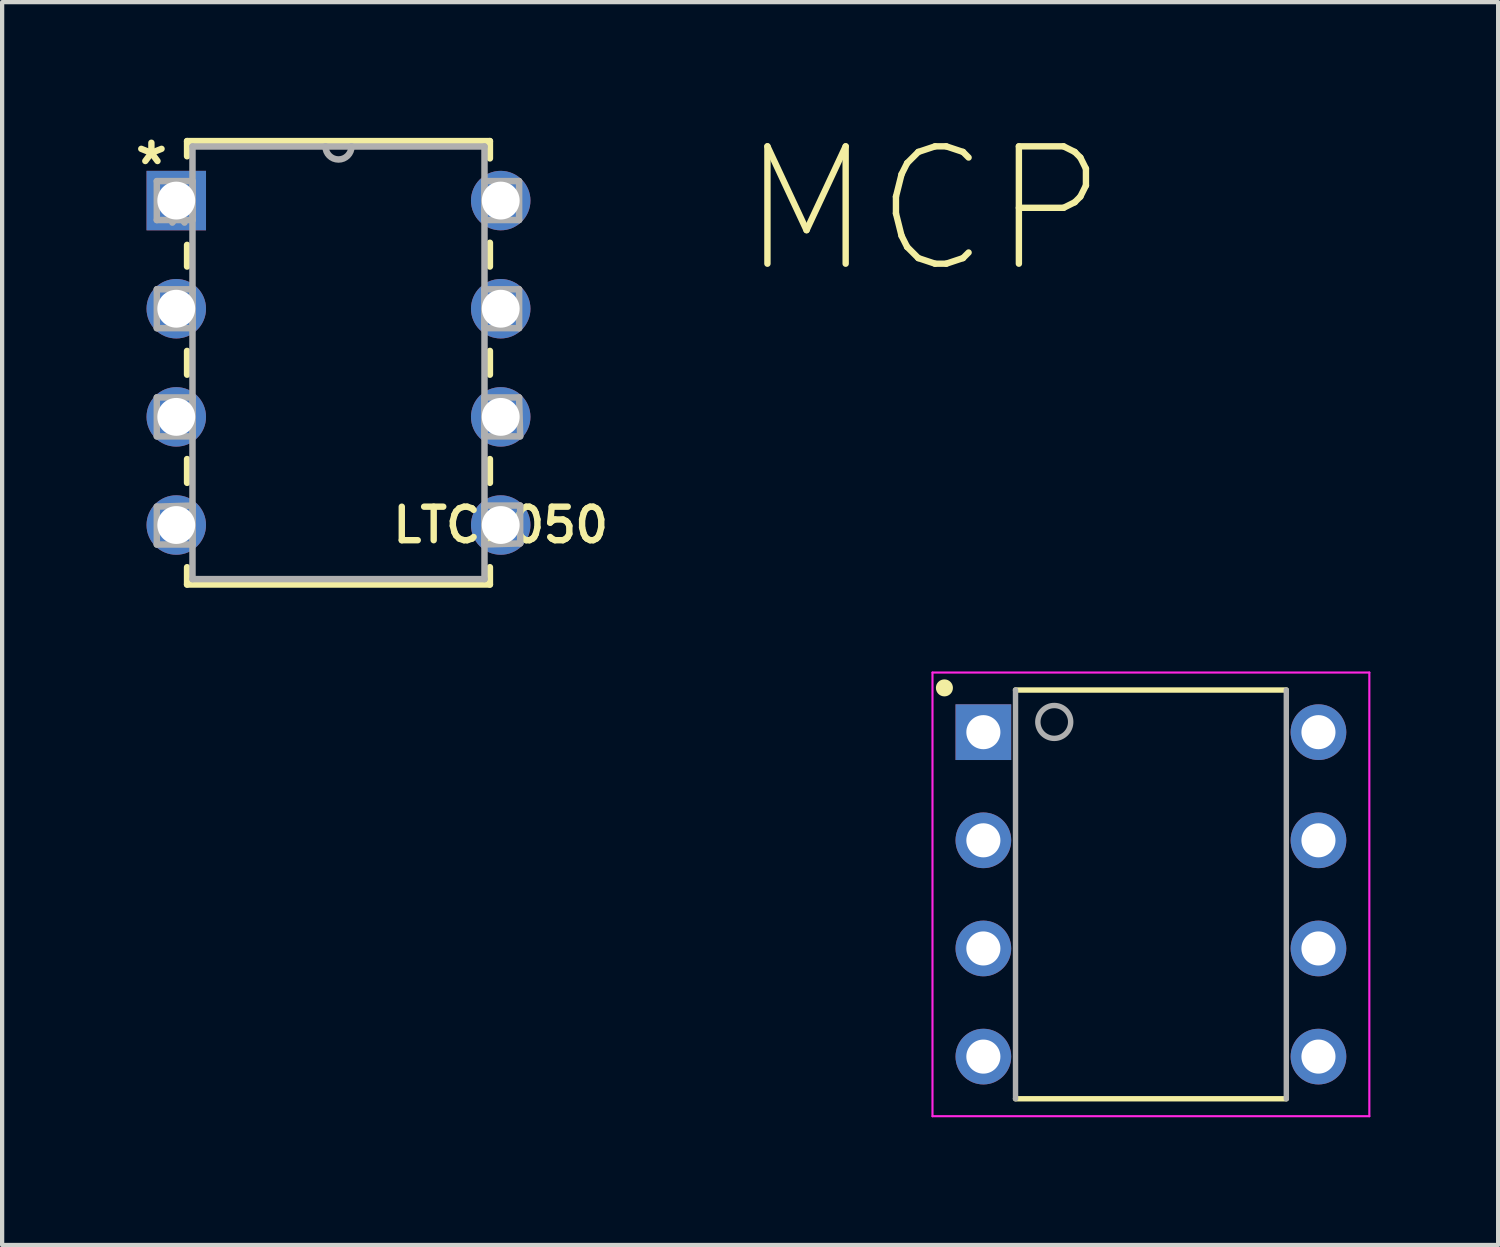
<source format=kicad_pcb>
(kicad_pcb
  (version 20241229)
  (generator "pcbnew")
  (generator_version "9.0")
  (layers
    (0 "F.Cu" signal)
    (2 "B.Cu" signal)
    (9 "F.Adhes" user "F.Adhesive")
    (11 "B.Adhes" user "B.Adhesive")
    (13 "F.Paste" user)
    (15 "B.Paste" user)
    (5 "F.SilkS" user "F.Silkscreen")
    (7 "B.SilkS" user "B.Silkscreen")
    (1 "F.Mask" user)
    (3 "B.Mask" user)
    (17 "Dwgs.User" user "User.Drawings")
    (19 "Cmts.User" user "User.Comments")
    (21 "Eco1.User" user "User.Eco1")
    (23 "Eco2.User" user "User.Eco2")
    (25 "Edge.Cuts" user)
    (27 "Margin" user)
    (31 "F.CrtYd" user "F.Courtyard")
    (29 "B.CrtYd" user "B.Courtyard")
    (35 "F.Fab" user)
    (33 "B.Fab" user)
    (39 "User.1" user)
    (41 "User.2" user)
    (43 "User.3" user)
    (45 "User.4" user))
  (footprint "LTC1050"
    (layer "F.Cu")
    (at 8.71 9.281)
    (property "Reference" "LTC1050" (at 0 0 0) (layer "F.SilkS") (effects (font (size 0.787 0.787) (thickness 0.15))))
    (attr through_hole)
    (fp_line (start -7.366 -9.017) (end -7.366 -8.661) (stroke (width 0.152) (type solid)) (layer "F.SilkS"))
    (fp_line (start -7.366 -6.579) (end -7.366 -6.071) (stroke (width 0.152) (type solid)) (layer "F.SilkS"))
    (fp_line (start -7.366 -4.089) (end -7.366 -3.531) (stroke (width 0.152) (type solid)) (layer "F.SilkS"))
    (fp_line (start -7.366 -1.549) (end -7.366 -0.991) (stroke (width 0.152) (type solid)) (layer "F.SilkS"))
    (fp_line (start -7.366 0.991) (end -7.366 1.397) (stroke (width 0.152) (type solid)) (layer "F.SilkS"))
    (fp_line (start -7.366 1.397) (end -0.254 1.397) (stroke (width 0.152) (type solid)) (layer "F.SilkS"))
    (fp_line (start -0.254 -9.017) (end -7.366 -9.017) (stroke (width 0.152) (type solid)) (layer "F.SilkS"))
    (fp_line (start -0.254 -8.611) (end -0.254 -9.017) (stroke (width 0.152) (type solid)) (layer "F.SilkS"))
    (fp_line (start -0.254 -6.071) (end -0.254 -6.629) (stroke (width 0.152) (type solid)) (layer "F.SilkS"))
    (fp_line (start -0.254 -3.531) (end -0.254 -4.089) (stroke (width 0.152) (type solid)) (layer "F.SilkS"))
    (fp_line (start -0.254 -0.991) (end -0.254 -1.549) (stroke (width 0.152) (type solid)) (layer "F.SilkS"))
    (fp_line (start -0.254 1.397) (end -0.254 0.991) (stroke (width 0.152) (type solid)) (layer "F.SilkS"))
    (fp_line (start -8.077 -8.077) (end -8.077 -7.163) (stroke (width 0.152) (type solid)) (layer "F.Fab"))
    (fp_line (start -8.077 -7.163) (end -7.239 -7.163) (stroke (width 0.152) (type solid)) (layer "F.Fab"))
    (fp_line (start -8.077 -5.537) (end -8.077 -4.623) (stroke (width 0.152) (type solid)) (layer "F.Fab"))
    (fp_line (start -8.077 -4.623) (end -7.239 -4.623) (stroke (width 0.152) (type solid)) (layer "F.Fab"))
    (fp_line (start -8.077 -2.997) (end -8.077 -2.083) (stroke (width 0.152) (type solid)) (layer "F.Fab"))
    (fp_line (start -8.077 -2.083) (end -7.239 -2.083) (stroke (width 0.152) (type solid)) (layer "F.Fab"))
    (fp_line (start -8.077 -0.432) (end -8.077 0.457) (stroke (width 0.152) (type solid)) (layer "F.Fab"))
    (fp_line (start -8.077 0.457) (end -7.239 0.457) (stroke (width 0.152) (type solid)) (layer "F.Fab"))
    (fp_line (start -7.239 -8.89) (end -7.239 1.27) (stroke (width 0.152) (type solid)) (layer "F.Fab"))
    (fp_line (start -7.239 -8.077) (end -8.077 -8.077) (stroke (width 0.152) (type solid)) (layer "F.Fab"))
    (fp_line (start -7.239 -7.163) (end -7.239 -8.077) (stroke (width 0.152) (type solid)) (layer "F.Fab"))
    (fp_line (start -7.239 -5.537) (end -8.077 -5.537) (stroke (width 0.152) (type solid)) (layer "F.Fab"))
    (fp_line (start -7.239 -4.623) (end -7.239 -5.537) (stroke (width 0.152) (type solid)) (layer "F.Fab"))
    (fp_line (start -7.239 -2.997) (end -8.077 -2.997) (stroke (width 0.152) (type solid)) (layer "F.Fab"))
    (fp_line (start -7.239 -2.083) (end -7.239 -2.997) (stroke (width 0.152) (type solid)) (layer "F.Fab"))
    (fp_line (start -7.239 -0.457) (end -8.077 -0.432) (stroke (width 0.152) (type solid)) (layer "F.Fab"))
    (fp_line (start -7.239 0.457) (end -7.239 -0.457) (stroke (width 0.152) (type solid)) (layer "F.Fab"))
    (fp_line (start -7.239 1.27) (end -0.381 1.27) (stroke (width 0.152) (type solid)) (layer "F.Fab"))
    (fp_line (start -4.115 -8.89) (end -7.239 -8.89) (stroke (width 0.152) (type solid)) (layer "F.Fab"))
    (fp_line (start -3.505 -8.89) (end -4.115 -8.89) (stroke (width 0.152) (type solid)) (layer "F.Fab"))
    (fp_line (start -0.381 -8.89) (end -3.505 -8.89) (stroke (width 0.152) (type solid)) (layer "F.Fab"))
    (fp_line (start -0.381 -8.077) (end -0.381 -7.163) (stroke (width 0.152) (type solid)) (layer "F.Fab"))
    (fp_line (start -0.381 -7.163) (end 0.432 -7.163) (stroke (width 0.152) (type solid)) (layer "F.Fab"))
    (fp_line (start -0.381 -5.537) (end -0.381 -4.623) (stroke (width 0.152) (type solid)) (layer "F.Fab"))
    (fp_line (start -0.381 -4.623) (end 0.432 -4.623) (stroke (width 0.152) (type solid)) (layer "F.Fab"))
    (fp_line (start -0.381 -2.997) (end -0.381 -2.083) (stroke (width 0.152) (type solid)) (layer "F.Fab"))
    (fp_line (start -0.381 -2.083) (end 0.457 -2.083) (stroke (width 0.152) (type solid)) (layer "F.Fab"))
    (fp_line (start -0.381 -0.457) (end -0.381 0.457) (stroke (width 0.152) (type solid)) (layer "F.Fab"))
    (fp_line (start -0.381 0.457) (end 0.457 0.432) (stroke (width 0.152) (type solid)) (layer "F.Fab"))
    (fp_line (start -0.381 1.27) (end -0.381 -8.89) (stroke (width 0.152) (type solid)) (layer "F.Fab"))
    (fp_line (start 0.432 -8.077) (end -0.381 -8.077) (stroke (width 0.152) (type solid)) (layer "F.Fab"))
    (fp_line (start 0.432 -7.163) (end 0.432 -8.077) (stroke (width 0.152) (type solid)) (layer "F.Fab"))
    (fp_line (start 0.432 -5.537) (end -0.381 -5.537) (stroke (width 0.152) (type solid)) (layer "F.Fab"))
    (fp_line (start 0.432 -4.623) (end 0.432 -5.537) (stroke (width 0.152) (type solid)) (layer "F.Fab"))
    (fp_line (start 0.432 -2.997) (end -0.381 -2.997) (stroke (width 0.152) (type solid)) (layer "F.Fab"))
    (fp_line (start 0.457 -2.083) (end 0.432 -2.997) (stroke (width 0.152) (type solid)) (layer "F.Fab"))
    (fp_line (start 0.457 -0.457) (end -0.381 -0.457) (stroke (width 0.152) (type solid)) (layer "F.Fab"))
    (fp_line (start 0.457 0.432) (end 0.457 -0.457) (stroke (width 0.152) (type solid)) (layer "F.Fab"))
    (fp_arc (start -3.5052 -8.89) (mid -3.81 -8.5852) (end -4.1148 -8.89) (stroke (width 0.1524) (type solid)) (layer "F.Fab"))
    (fp_text user "*" (at -8.204 -8.433 0) (layer "F.SilkS") (effects (font (size 1 1) (thickness 0.15))))
    (fp_text user "*" (at -7.569 -6.985 0) (layer "F.Fab") (effects (font (size 1 1) (thickness 0.15))))
    (pad "1" thru_hole rect (at -7.62 -7.62) (size 1.397 1.397) (drill 0.889) (layers "*.Cu" "*.Mask"))
    (pad "2" thru_hole circle (at -7.62 -5.08) (size 1.397 1.397) (drill 0.889) (layers "*.Cu" "*.Mask"))
    (pad "3" thru_hole circle (at -7.62 -2.54) (size 1.397 1.397) (drill 0.889) (layers "*.Cu" "*.Mask"))
    (pad "4" thru_hole circle (at -7.62 0) (size 1.397 1.397) (drill 0.889) (layers "*.Cu" "*.Mask"))
    (pad "5" thru_hole circle (at 0 0) (size 1.397 1.397) (drill 0.889) (layers "*.Cu" "*.Mask"))
    (pad "6" thru_hole circle (at 0 -2.54) (size 1.397 1.397) (drill 0.889) (layers "*.Cu" "*.Mask"))
    (pad "7" thru_hole circle (at 0 -5.08) (size 1.397 1.397) (drill 0.889) (layers "*.Cu" "*.Mask"))
    (pad "8" thru_hole circle (at 0 -7.62) (size 1.397 1.397) (drill 0.889) (layers "*.Cu" "*.Mask")))
  (footprint "MCP"
    (layer "F.Cu")
    (at 23.981 17.956)
    (property "Reference" "MCP" (at -5.332 -16.08 0) (layer "F.SilkS") (effects (font (size 2.756 2.756) (thickness 0.15))))
    (attr through_hole)
    (fp_line (start -3.18 -4.8) (end 3.18 -4.8) (stroke (width 0.127) (type solid)) (layer "F.SilkS"))
    (fp_line (start 3.18 4.8) (end -3.18 4.8) (stroke (width 0.127) (type solid)) (layer "F.SilkS"))
    (fp_circle (center -4.85 -4.85) (end -4.75 -4.85) (stroke (width 0.2) (type solid)) (fill no) (layer "F.SilkS"))
    (fp_line (start -5.13 -5.21) (end -5.13 5.21) (stroke (width 0.05) (type solid)) (layer "F.CrtYd"))
    (fp_line (start -5.13 5.21) (end 5.13 5.21) (stroke (width 0.05) (type solid)) (layer "F.CrtYd"))
    (fp_line (start 5.13 -5.21) (end -5.13 -5.21) (stroke (width 0.05) (type solid)) (layer "F.CrtYd"))
    (fp_line (start 5.13 5.21) (end 5.13 -5.21) (stroke (width 0.05) (type solid)) (layer "F.CrtYd"))
    (fp_line (start -3.18 4.8) (end -3.18 -4.8) (stroke (width 0.127) (type solid)) (layer "F.Fab"))
    (fp_line (start 3.18 -4.8) (end 3.18 4.8) (stroke (width 0.127) (type solid)) (layer "F.Fab"))
    (fp_circle (center -2.27 -4.05) (end -1.884 -4.05) (stroke (width 0.127) (type solid)) (fill no) (layer "F.Fab"))
    (pad "1" thru_hole rect (at -3.935 -3.81) (size 1.308 1.308) (drill 0.8) (layers "*.Cu" "*.Mask"))
    (pad "2" thru_hole circle (at -3.935 -1.27) (size 1.308 1.308) (drill 0.8) (layers "*.Cu" "*.Mask"))
    (pad "3" thru_hole circle (at -3.935 1.27) (size 1.308 1.308) (drill 0.8) (layers "*.Cu" "*.Mask"))
    (pad "4" thru_hole circle (at -3.935 3.81) (size 1.308 1.308) (drill 0.8) (layers "*.Cu" "*.Mask"))
    (pad "5" thru_hole circle (at 3.935 3.81) (size 1.308 1.308) (drill 0.8) (layers "*.Cu" "*.Mask"))
    (pad "6" thru_hole circle (at 3.935 1.27) (size 1.308 1.308) (drill 0.8) (layers "*.Cu" "*.Mask"))
    (pad "7" thru_hole circle (at 3.935 -1.27) (size 1.308 1.308) (drill 0.8) (layers "*.Cu" "*.Mask"))
    (pad "8" thru_hole circle (at 3.935 -3.81) (size 1.308 1.308) (drill 0.8) (layers "*.Cu" "*.Mask")))
  (gr_rect
    (start -3 -3)
    (end 32.136 26.191)
    (stroke (width 0.1) (type default))
    (fill no)
    (layer "Edge.Cuts")))
</source>
